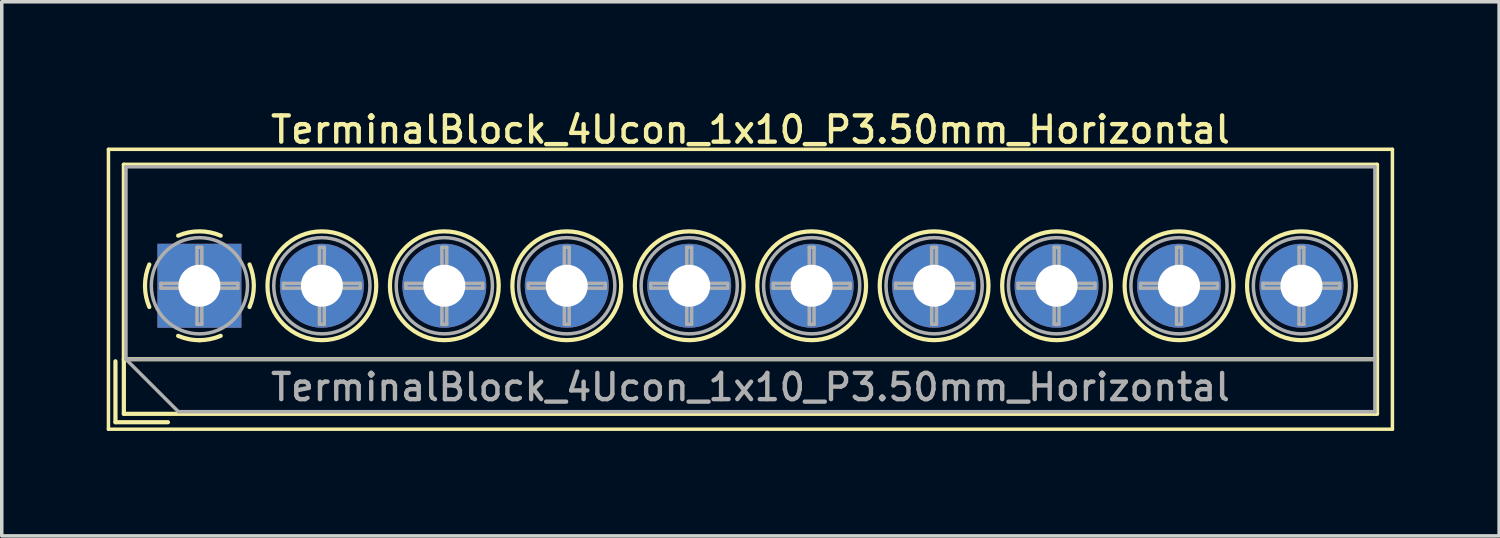
<source format=kicad_pcb>
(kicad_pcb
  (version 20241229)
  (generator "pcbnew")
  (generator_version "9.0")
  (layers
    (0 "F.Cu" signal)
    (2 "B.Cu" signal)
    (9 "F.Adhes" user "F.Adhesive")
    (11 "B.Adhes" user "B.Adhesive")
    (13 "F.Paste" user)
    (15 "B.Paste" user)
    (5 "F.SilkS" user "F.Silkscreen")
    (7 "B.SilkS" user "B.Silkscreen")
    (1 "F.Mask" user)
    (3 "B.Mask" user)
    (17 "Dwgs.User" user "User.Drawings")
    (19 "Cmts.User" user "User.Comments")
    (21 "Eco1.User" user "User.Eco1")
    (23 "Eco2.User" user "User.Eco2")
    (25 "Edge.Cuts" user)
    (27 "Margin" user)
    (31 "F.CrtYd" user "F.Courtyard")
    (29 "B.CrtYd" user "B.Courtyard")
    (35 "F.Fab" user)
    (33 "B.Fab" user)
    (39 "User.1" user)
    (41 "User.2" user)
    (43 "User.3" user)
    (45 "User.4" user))
  (footprint "TerminalBlock_4Ucon_1x10_P3.50mm_Horizontal"
    (layer "F.Cu")
    (at 2.65 5.118)
    (property "Reference" "TerminalBlock_4Ucon_1x10_P3.50mm_Horizontal" (at 15.75 -4.46 0) (layer "F.SilkS") (effects (font (size 0.75 0.75) (thickness 0.125))))
    (attr through_hole)
    (fp_line (start -2.6 -3.9) (end -2.6 4.1) (stroke (width 0.1) (type solid)) (layer "F.SilkS"))
    (fp_line (start -2.6 4.1) (end 34.1 4.1) (stroke (width 0.1) (type solid)) (layer "F.SilkS"))
    (fp_line (start -2.4 2.16) (end -2.4 3.9) (stroke (width 0.12) (type solid)) (layer "F.SilkS"))
    (fp_line (start -2.4 3.9) (end -0.9 3.9) (stroke (width 0.12) (type solid)) (layer "F.SilkS"))
    (fp_line (start -2.16 -3.46) (end -2.16 3.66) (stroke (width 0.12) (type solid)) (layer "F.SilkS"))
    (fp_line (start -2.16 -3.46) (end 33.66 -3.46) (stroke (width 0.12) (type solid)) (layer "F.SilkS"))
    (fp_line (start -2.16 2.1) (end 33.66 2.1) (stroke (width 0.12) (type solid)) (layer "F.SilkS"))
    (fp_line (start -2.16 3.66) (end 33.66 3.66) (stroke (width 0.12) (type solid)) (layer "F.SilkS"))
    (fp_line (start 33.66 -3.46) (end 33.66 3.66) (stroke (width 0.12) (type solid)) (layer "F.SilkS"))
    (fp_line (start 34.1 -3.9) (end -2.6 -3.9) (stroke (width 0.1) (type solid)) (layer "F.SilkS"))
    (fp_line (start 34.1 4.1) (end 34.1 -3.9) (stroke (width 0.1) (type solid)) (layer "F.SilkS"))
    (fp_arc (start -1.432109 0.607742) (mid -1.555727 -0.00014) (end -1.432 -0.608) (stroke (width 0.12) (type solid)) (layer "F.SilkS"))
    (fp_arc (start -0.607742 -1.432109) (mid 0.00014 -1.555727) (end 0.608 -1.432) (stroke (width 0.12) (type solid)) (layer "F.SilkS"))
    (fp_arc (start 0.027011 1.555493) (mid -0.296984 1.527118) (end -0.608 1.432) (stroke (width 0.12) (type solid)) (layer "F.SilkS"))
    (fp_arc (start 0.607587 1.431385) (mid 0.310017 1.523783) (end 0 1.555) (stroke (width 0.12) (type solid)) (layer "F.SilkS"))
    (fp_arc (start 1.432109 -0.607742) (mid 1.555727 0.00014) (end 1.432 0.608) (stroke (width 0.12) (type solid)) (layer "F.SilkS"))
    (fp_circle (center 3.5 0) (end 5.055 0) (stroke (width 0.12) (type solid)) (fill no) (layer "F.SilkS"))
    (fp_circle (center 7 0) (end 8.555 0) (stroke (width 0.12) (type solid)) (fill no) (layer "F.SilkS"))
    (fp_circle (center 10.5 0) (end 12.055 0) (stroke (width 0.12) (type solid)) (fill no) (layer "F.SilkS"))
    (fp_circle (center 14 0) (end 15.555 0) (stroke (width 0.12) (type solid)) (fill no) (layer "F.SilkS"))
    (fp_circle (center 17.5 0) (end 19.055 0) (stroke (width 0.12) (type solid)) (fill no) (layer "F.SilkS"))
    (fp_circle (center 21 0) (end 22.555 0) (stroke (width 0.12) (type solid)) (fill no) (layer "F.SilkS"))
    (fp_circle (center 24.5 0) (end 26.055 0) (stroke (width 0.12) (type solid)) (fill no) (layer "F.SilkS"))
    (fp_circle (center 28 0) (end 29.555 0) (stroke (width 0.12) (type solid)) (fill no) (layer "F.SilkS"))
    (fp_circle (center 31.5 0) (end 33.055 0) (stroke (width 0.12) (type solid)) (fill no) (layer "F.SilkS"))
    (fp_line (start -2.1 -3.4) (end 33.6 -3.4) (stroke (width 0.1) (type solid)) (layer "F.Fab"))
    (fp_line (start -2.1 2.1) (end -2.1 -3.4) (stroke (width 0.1) (type solid)) (layer "F.Fab"))
    (fp_line (start -2.1 2.1) (end 33.6 2.1) (stroke (width 0.1) (type solid)) (layer "F.Fab"))
    (fp_line (start -1.1 -0.069) (end -0.069 -0.069) (stroke (width 0.1) (type solid)) (layer "F.Fab"))
    (fp_line (start -1.1 0.069) (end -1.1 -0.069) (stroke (width 0.1) (type solid)) (layer "F.Fab"))
    (fp_line (start -0.6 3.6) (end -2.1 2.1) (stroke (width 0.1) (type solid)) (layer "F.Fab"))
    (fp_line (start -0.069 -1.1) (end 0.069 -1.1) (stroke (width 0.1) (type solid)) (layer "F.Fab"))
    (fp_line (start -0.069 -0.069) (end -0.069 -1.1) (stroke (width 0.1) (type solid)) (layer "F.Fab"))
    (fp_line (start -0.069 0.069) (end -1.1 0.069) (stroke (width 0.1) (type solid)) (layer "F.Fab"))
    (fp_line (start -0.069 1.1) (end -0.069 0.069) (stroke (width 0.1) (type solid)) (layer "F.Fab"))
    (fp_line (start 0.069 -1.1) (end 0.069 -0.069) (stroke (width 0.1) (type solid)) (layer "F.Fab"))
    (fp_line (start 0.069 -0.069) (end 1.1 -0.069) (stroke (width 0.1) (type solid)) (layer "F.Fab"))
    (fp_line (start 0.069 0.069) (end 0.069 1.1) (stroke (width 0.1) (type solid)) (layer "F.Fab"))
    (fp_line (start 0.069 1.1) (end -0.069 1.1) (stroke (width 0.1) (type solid)) (layer "F.Fab"))
    (fp_line (start 1.1 -0.069) (end 1.1 0.069) (stroke (width 0.1) (type solid)) (layer "F.Fab"))
    (fp_line (start 1.1 0.069) (end 0.069 0.069) (stroke (width 0.1) (type solid)) (layer "F.Fab"))
    (fp_line (start 2.4 -0.069) (end 3.431 -0.069) (stroke (width 0.1) (type solid)) (layer "F.Fab"))
    (fp_line (start 2.4 0.069) (end 2.4 -0.069) (stroke (width 0.1) (type solid)) (layer "F.Fab"))
    (fp_line (start 3.431 -1.1) (end 3.569 -1.1) (stroke (width 0.1) (type solid)) (layer "F.Fab"))
    (fp_line (start 3.431 -0.069) (end 3.431 -1.1) (stroke (width 0.1) (type solid)) (layer "F.Fab"))
    (fp_line (start 3.431 0.069) (end 2.4 0.069) (stroke (width 0.1) (type solid)) (layer "F.Fab"))
    (fp_line (start 3.431 1.1) (end 3.431 0.069) (stroke (width 0.1) (type solid)) (layer "F.Fab"))
    (fp_line (start 3.569 -1.1) (end 3.569 -0.069) (stroke (width 0.1) (type solid)) (layer "F.Fab"))
    (fp_line (start 3.569 -0.069) (end 4.6 -0.069) (stroke (width 0.1) (type solid)) (layer "F.Fab"))
    (fp_line (start 3.569 0.069) (end 3.569 1.1) (stroke (width 0.1) (type solid)) (layer "F.Fab"))
    (fp_line (start 3.569 1.1) (end 3.431 1.1) (stroke (width 0.1) (type solid)) (layer "F.Fab"))
    (fp_line (start 4.6 -0.069) (end 4.6 0.069) (stroke (width 0.1) (type solid)) (layer "F.Fab"))
    (fp_line (start 4.6 0.069) (end 3.569 0.069) (stroke (width 0.1) (type solid)) (layer "F.Fab"))
    (fp_line (start 5.9 -0.069) (end 6.931 -0.069) (stroke (width 0.1) (type solid)) (layer "F.Fab"))
    (fp_line (start 5.9 0.069) (end 5.9 -0.069) (stroke (width 0.1) (type solid)) (layer "F.Fab"))
    (fp_line (start 6.931 -1.1) (end 7.069 -1.1) (stroke (width 0.1) (type solid)) (layer "F.Fab"))
    (fp_line (start 6.931 -0.069) (end 6.931 -1.1) (stroke (width 0.1) (type solid)) (layer "F.Fab"))
    (fp_line (start 6.931 0.069) (end 5.9 0.069) (stroke (width 0.1) (type solid)) (layer "F.Fab"))
    (fp_line (start 6.931 1.1) (end 6.931 0.069) (stroke (width 0.1) (type solid)) (layer "F.Fab"))
    (fp_line (start 7.069 -1.1) (end 7.069 -0.069) (stroke (width 0.1) (type solid)) (layer "F.Fab"))
    (fp_line (start 7.069 -0.069) (end 8.1 -0.069) (stroke (width 0.1) (type solid)) (layer "F.Fab"))
    (fp_line (start 7.069 0.069) (end 7.069 1.1) (stroke (width 0.1) (type solid)) (layer "F.Fab"))
    (fp_line (start 7.069 1.1) (end 6.931 1.1) (stroke (width 0.1) (type solid)) (layer "F.Fab"))
    (fp_line (start 8.1 -0.069) (end 8.1 0.069) (stroke (width 0.1) (type solid)) (layer "F.Fab"))
    (fp_line (start 8.1 0.069) (end 7.069 0.069) (stroke (width 0.1) (type solid)) (layer "F.Fab"))
    (fp_line (start 9.4 -0.069) (end 10.431 -0.069) (stroke (width 0.1) (type solid)) (layer "F.Fab"))
    (fp_line (start 9.4 0.069) (end 9.4 -0.069) (stroke (width 0.1) (type solid)) (layer "F.Fab"))
    (fp_line (start 10.431 -1.1) (end 10.569 -1.1) (stroke (width 0.1) (type solid)) (layer "F.Fab"))
    (fp_line (start 10.431 -0.069) (end 10.431 -1.1) (stroke (width 0.1) (type solid)) (layer "F.Fab"))
    (fp_line (start 10.431 0.069) (end 9.4 0.069) (stroke (width 0.1) (type solid)) (layer "F.Fab"))
    (fp_line (start 10.431 1.1) (end 10.431 0.069) (stroke (width 0.1) (type solid)) (layer "F.Fab"))
    (fp_line (start 10.569 -1.1) (end 10.569 -0.069) (stroke (width 0.1) (type solid)) (layer "F.Fab"))
    (fp_line (start 10.569 -0.069) (end 11.6 -0.069) (stroke (width 0.1) (type solid)) (layer "F.Fab"))
    (fp_line (start 10.569 0.069) (end 10.569 1.1) (stroke (width 0.1) (type solid)) (layer "F.Fab"))
    (fp_line (start 10.569 1.1) (end 10.431 1.1) (stroke (width 0.1) (type solid)) (layer "F.Fab"))
    (fp_line (start 11.6 -0.069) (end 11.6 0.069) (stroke (width 0.1) (type solid)) (layer "F.Fab"))
    (fp_line (start 11.6 0.069) (end 10.569 0.069) (stroke (width 0.1) (type solid)) (layer "F.Fab"))
    (fp_line (start 12.9 -0.069) (end 13.931 -0.069) (stroke (width 0.1) (type solid)) (layer "F.Fab"))
    (fp_line (start 12.9 0.069) (end 12.9 -0.069) (stroke (width 0.1) (type solid)) (layer "F.Fab"))
    (fp_line (start 13.931 -1.1) (end 14.069 -1.1) (stroke (width 0.1) (type solid)) (layer "F.Fab"))
    (fp_line (start 13.931 -0.069) (end 13.931 -1.1) (stroke (width 0.1) (type solid)) (layer "F.Fab"))
    (fp_line (start 13.931 0.069) (end 12.9 0.069) (stroke (width 0.1) (type solid)) (layer "F.Fab"))
    (fp_line (start 13.931 1.1) (end 13.931 0.069) (stroke (width 0.1) (type solid)) (layer "F.Fab"))
    (fp_line (start 14.069 -1.1) (end 14.069 -0.069) (stroke (width 0.1) (type solid)) (layer "F.Fab"))
    (fp_line (start 14.069 -0.069) (end 15.1 -0.069) (stroke (width 0.1) (type solid)) (layer "F.Fab"))
    (fp_line (start 14.069 0.069) (end 14.069 1.1) (stroke (width 0.1) (type solid)) (layer "F.Fab"))
    (fp_line (start 14.069 1.1) (end 13.931 1.1) (stroke (width 0.1) (type solid)) (layer "F.Fab"))
    (fp_line (start 15.1 -0.069) (end 15.1 0.069) (stroke (width 0.1) (type solid)) (layer "F.Fab"))
    (fp_line (start 15.1 0.069) (end 14.069 0.069) (stroke (width 0.1) (type solid)) (layer "F.Fab"))
    (fp_line (start 16.4 -0.069) (end 17.431 -0.069) (stroke (width 0.1) (type solid)) (layer "F.Fab"))
    (fp_line (start 16.4 0.069) (end 16.4 -0.069) (stroke (width 0.1) (type solid)) (layer "F.Fab"))
    (fp_line (start 17.431 -1.1) (end 17.569 -1.1) (stroke (width 0.1) (type solid)) (layer "F.Fab"))
    (fp_line (start 17.431 -0.069) (end 17.431 -1.1) (stroke (width 0.1) (type solid)) (layer "F.Fab"))
    (fp_line (start 17.431 0.069) (end 16.4 0.069) (stroke (width 0.1) (type solid)) (layer "F.Fab"))
    (fp_line (start 17.431 1.1) (end 17.431 0.069) (stroke (width 0.1) (type solid)) (layer "F.Fab"))
    (fp_line (start 17.569 -1.1) (end 17.569 -0.069) (stroke (width 0.1) (type solid)) (layer "F.Fab"))
    (fp_line (start 17.569 -0.069) (end 18.6 -0.069) (stroke (width 0.1) (type solid)) (layer "F.Fab"))
    (fp_line (start 17.569 0.069) (end 17.569 1.1) (stroke (width 0.1) (type solid)) (layer "F.Fab"))
    (fp_line (start 17.569 1.1) (end 17.431 1.1) (stroke (width 0.1) (type solid)) (layer "F.Fab"))
    (fp_line (start 18.6 -0.069) (end 18.6 0.069) (stroke (width 0.1) (type solid)) (layer "F.Fab"))
    (fp_line (start 18.6 0.069) (end 17.569 0.069) (stroke (width 0.1) (type solid)) (layer "F.Fab"))
    (fp_line (start 19.9 -0.069) (end 20.931 -0.069) (stroke (width 0.1) (type solid)) (layer "F.Fab"))
    (fp_line (start 19.9 0.069) (end 19.9 -0.069) (stroke (width 0.1) (type solid)) (layer "F.Fab"))
    (fp_line (start 20.931 -1.1) (end 21.069 -1.1) (stroke (width 0.1) (type solid)) (layer "F.Fab"))
    (fp_line (start 20.931 -0.069) (end 20.931 -1.1) (stroke (width 0.1) (type solid)) (layer "F.Fab"))
    (fp_line (start 20.931 0.069) (end 19.9 0.069) (stroke (width 0.1) (type solid)) (layer "F.Fab"))
    (fp_line (start 20.931 1.1) (end 20.931 0.069) (stroke (width 0.1) (type solid)) (layer "F.Fab"))
    (fp_line (start 21.069 -1.1) (end 21.069 -0.069) (stroke (width 0.1) (type solid)) (layer "F.Fab"))
    (fp_line (start 21.069 -0.069) (end 22.1 -0.069) (stroke (width 0.1) (type solid)) (layer "F.Fab"))
    (fp_line (start 21.069 0.069) (end 21.069 1.1) (stroke (width 0.1) (type solid)) (layer "F.Fab"))
    (fp_line (start 21.069 1.1) (end 20.931 1.1) (stroke (width 0.1) (type solid)) (layer "F.Fab"))
    (fp_line (start 22.1 -0.069) (end 22.1 0.069) (stroke (width 0.1) (type solid)) (layer "F.Fab"))
    (fp_line (start 22.1 0.069) (end 21.069 0.069) (stroke (width 0.1) (type solid)) (layer "F.Fab"))
    (fp_line (start 23.4 -0.069) (end 24.431 -0.069) (stroke (width 0.1) (type solid)) (layer "F.Fab"))
    (fp_line (start 23.4 0.069) (end 23.4 -0.069) (stroke (width 0.1) (type solid)) (layer "F.Fab"))
    (fp_line (start 24.431 -1.1) (end 24.569 -1.1) (stroke (width 0.1) (type solid)) (layer "F.Fab"))
    (fp_line (start 24.431 -0.069) (end 24.431 -1.1) (stroke (width 0.1) (type solid)) (layer "F.Fab"))
    (fp_line (start 24.431 0.069) (end 23.4 0.069) (stroke (width 0.1) (type solid)) (layer "F.Fab"))
    (fp_line (start 24.431 1.1) (end 24.431 0.069) (stroke (width 0.1) (type solid)) (layer "F.Fab"))
    (fp_line (start 24.569 -1.1) (end 24.569 -0.069) (stroke (width 0.1) (type solid)) (layer "F.Fab"))
    (fp_line (start 24.569 -0.069) (end 25.6 -0.069) (stroke (width 0.1) (type solid)) (layer "F.Fab"))
    (fp_line (start 24.569 0.069) (end 24.569 1.1) (stroke (width 0.1) (type solid)) (layer "F.Fab"))
    (fp_line (start 24.569 1.1) (end 24.431 1.1) (stroke (width 0.1) (type solid)) (layer "F.Fab"))
    (fp_line (start 25.6 -0.069) (end 25.6 0.069) (stroke (width 0.1) (type solid)) (layer "F.Fab"))
    (fp_line (start 25.6 0.069) (end 24.569 0.069) (stroke (width 0.1) (type solid)) (layer "F.Fab"))
    (fp_line (start 26.9 -0.069) (end 27.931 -0.069) (stroke (width 0.1) (type solid)) (layer "F.Fab"))
    (fp_line (start 26.9 0.069) (end 26.9 -0.069) (stroke (width 0.1) (type solid)) (layer "F.Fab"))
    (fp_line (start 27.931 -1.1) (end 28.069 -1.1) (stroke (width 0.1) (type solid)) (layer "F.Fab"))
    (fp_line (start 27.931 -0.069) (end 27.931 -1.1) (stroke (width 0.1) (type solid)) (layer "F.Fab"))
    (fp_line (start 27.931 0.069) (end 26.9 0.069) (stroke (width 0.1) (type solid)) (layer "F.Fab"))
    (fp_line (start 27.931 1.1) (end 27.931 0.069) (stroke (width 0.1) (type solid)) (layer "F.Fab"))
    (fp_line (start 28.069 -1.1) (end 28.069 -0.069) (stroke (width 0.1) (type solid)) (layer "F.Fab"))
    (fp_line (start 28.069 -0.069) (end 29.1 -0.069) (stroke (width 0.1) (type solid)) (layer "F.Fab"))
    (fp_line (start 28.069 0.069) (end 28.069 1.1) (stroke (width 0.1) (type solid)) (layer "F.Fab"))
    (fp_line (start 28.069 1.1) (end 27.931 1.1) (stroke (width 0.1) (type solid)) (layer "F.Fab"))
    (fp_line (start 29.1 -0.069) (end 29.1 0.069) (stroke (width 0.1) (type solid)) (layer "F.Fab"))
    (fp_line (start 29.1 0.069) (end 28.069 0.069) (stroke (width 0.1) (type solid)) (layer "F.Fab"))
    (fp_line (start 30.4 -0.069) (end 31.431 -0.069) (stroke (width 0.1) (type solid)) (layer "F.Fab"))
    (fp_line (start 30.4 0.069) (end 30.4 -0.069) (stroke (width 0.1) (type solid)) (layer "F.Fab"))
    (fp_line (start 31.431 -1.1) (end 31.569 -1.1) (stroke (width 0.1) (type solid)) (layer "F.Fab"))
    (fp_line (start 31.431 -0.069) (end 31.431 -1.1) (stroke (width 0.1) (type solid)) (layer "F.Fab"))
    (fp_line (start 31.431 0.069) (end 30.4 0.069) (stroke (width 0.1) (type solid)) (layer "F.Fab"))
    (fp_line (start 31.431 1.1) (end 31.431 0.069) (stroke (width 0.1) (type solid)) (layer "F.Fab"))
    (fp_line (start 31.569 -1.1) (end 31.569 -0.069) (stroke (width 0.1) (type solid)) (layer "F.Fab"))
    (fp_line (start 31.569 -0.069) (end 32.6 -0.069) (stroke (width 0.1) (type solid)) (layer "F.Fab"))
    (fp_line (start 31.569 0.069) (end 31.569 1.1) (stroke (width 0.1) (type solid)) (layer "F.Fab"))
    (fp_line (start 31.569 1.1) (end 31.431 1.1) (stroke (width 0.1) (type solid)) (layer "F.Fab"))
    (fp_line (start 32.6 -0.069) (end 32.6 0.069) (stroke (width 0.1) (type solid)) (layer "F.Fab"))
    (fp_line (start 32.6 0.069) (end 31.569 0.069) (stroke (width 0.1) (type solid)) (layer "F.Fab"))
    (fp_line (start 33.6 -3.4) (end 33.6 3.6) (stroke (width 0.1) (type solid)) (layer "F.Fab"))
    (fp_line (start 33.6 3.6) (end -0.6 3.6) (stroke (width 0.1) (type solid)) (layer "F.Fab"))
    (fp_circle (center 0 0) (end 1.375 0) (stroke (width 0.1) (type solid)) (fill no) (layer "F.Fab"))
    (fp_circle (center 3.5 0) (end 4.875 0) (stroke (width 0.1) (type solid)) (fill no) (layer "F.Fab"))
    (fp_circle (center 7 0) (end 8.375 0) (stroke (width 0.1) (type solid)) (fill no) (layer "F.Fab"))
    (fp_circle (center 10.5 0) (end 11.875 0) (stroke (width 0.1) (type solid)) (fill no) (layer "F.Fab"))
    (fp_circle (center 14 0) (end 15.375 0) (stroke (width 0.1) (type solid)) (fill no) (layer "F.Fab"))
    (fp_circle (center 17.5 0) (end 18.875 0) (stroke (width 0.1) (type solid)) (fill no) (layer "F.Fab"))
    (fp_circle (center 21 0) (end 22.375 0) (stroke (width 0.1) (type solid)) (fill no) (layer "F.Fab"))
    (fp_circle (center 24.5 0) (end 25.875 0) (stroke (width 0.1) (type solid)) (fill no) (layer "F.Fab"))
    (fp_circle (center 28 0) (end 29.375 0) (stroke (width 0.1) (type solid)) (fill no) (layer "F.Fab"))
    (fp_circle (center 31.5 0) (end 32.875 0) (stroke (width 0.1) (type solid)) (fill no) (layer "F.Fab"))
    (fp_text user "${REFERENCE}" (at 15.75 2.9 0) (layer "F.Fab") (effects (font (size 0.75 0.75) (thickness 0.125))))
    (pad "1" thru_hole rect (at 0 0) (size 2.4 2.4) (drill 1.2) (layers "*.Cu" "*.Mask"))
    (pad "2" thru_hole circle (at 3.5 0) (size 2.4 2.4) (drill 1.2) (layers "*.Cu" "*.Mask"))
    (pad "3" thru_hole circle (at 7 0) (size 2.4 2.4) (drill 1.2) (layers "*.Cu" "*.Mask"))
    (pad "4" thru_hole circle (at 10.5 0) (size 2.4 2.4) (drill 1.2) (layers "*.Cu" "*.Mask"))
    (pad "5" thru_hole circle (at 14 0) (size 2.4 2.4) (drill 1.2) (layers "*.Cu" "*.Mask"))
    (pad "6" thru_hole circle (at 17.5 0) (size 2.4 2.4) (drill 1.2) (layers "*.Cu" "*.Mask"))
    (pad "7" thru_hole circle (at 21 0) (size 2.4 2.4) (drill 1.2) (layers "*.Cu" "*.Mask"))
    (pad "8" thru_hole circle (at 24.5 0) (size 2.4 2.4) (drill 1.2) (layers "*.Cu" "*.Mask"))
    (pad "9" thru_hole circle (at 28 0) (size 2.4 2.4) (drill 1.2) (layers "*.Cu" "*.Mask"))
    (pad "10" thru_hole circle (at 31.5 0) (size 2.4 2.4) (drill 1.2) (layers "*.Cu" "*.Mask")))
  (gr_rect
    (start -3 -3)
    (end 39.8 12.268)
    (stroke (width 0.1) (type default))
    (fill no)
    (layer "Edge.Cuts")))
</source>
